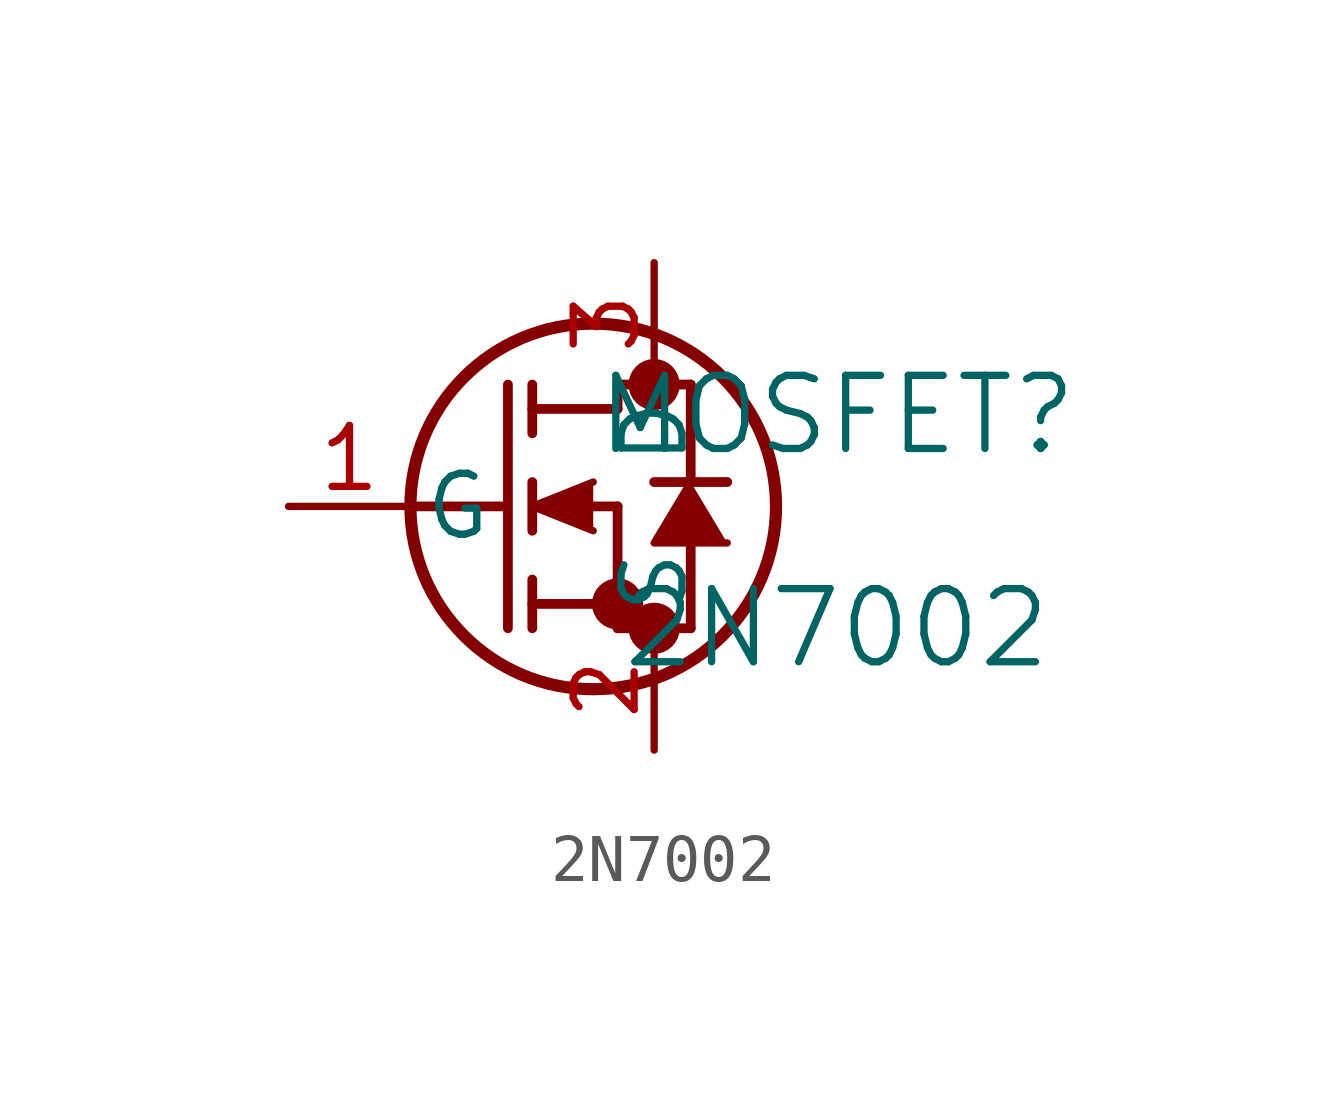
<source format=kicad_sym>
(kicad_symbol_lib
  (version 20211014)
  (generator kicad_symbol_editor)
  (symbol "2N7002"
    (pin_names
      (offset 0.254))
    (property "Reference" "MOSFET"
      (at 11.43 1.905 0)
      (effects (font (size 1.524 1.524))))
    (property "Value" "2N7002"
      (at 11.43 -2.54 0)
      (effects (font (size 1.524 1.524))))
    (symbol "2N7002_0_1"
      (circle (center 7.62 2.54) (radius 0.025) (stroke (width 0.508) (type default) (color 0 0 0 0)) (fill (type none)))
      (circle (center 7.62 -2.54) (radius 0.025) (stroke (width 0.508) (type default) (color 0 0 0 0)) (fill (type none)))
      (circle (center 6.858 -2.032) (radius 0.025) (stroke (width 0.508) (type default) (color 0 0 0 0)) (fill (type none)))
      (circle (center 6.35 0) (radius 3.81) (stroke (width 0.254) (type default) (color 0 0 0 0)) (fill (type none)))
      (polyline (pts (xy 2.54 0) (xy 4.445 0)) (stroke (width 0.203) (type default) (color 0 0 0 0)) (fill (type none)))
      (polyline (pts (xy 4.572 -2.54) (xy 4.572 2.54)) (stroke (width 0.203) (type default) (color 0 0 0 0)) (fill (type none)))
      (polyline (pts (xy 5.08 -0.508) (xy 5.08 0.508)) (stroke (width 0.203) (type default) (color 0 0 0 0)) (fill (type none)))
      (polyline (pts (xy 5.08 -2.54) (xy 5.08 -1.524)) (stroke (width 0.203) (type default) (color 0 0 0 0)) (fill (type none)))
      (polyline (pts (xy 5.08 1.524) (xy 5.08 2.54)) (stroke (width 0.203) (type default) (color 0 0 0 0)) (fill (type none)))
      (polyline (pts (xy 6.35 0) (xy 6.858 0)) (stroke (width 0.203) (type default) (color 0 0 0 0)) (fill (type none)))
      (polyline (pts (xy 5.08 -2.032) (xy 6.858 -2.032)) (stroke (width 0.203) (type default) (color 0 0 0 0)) (fill (type none)))
      (polyline (pts (xy 6.858 -2.54) (xy 6.858 0)) (stroke (width 0.203) (type default) (color 0 0 0 0)) (fill (type none)))
      (polyline (pts (xy 6.858 -2.54) (xy 8.382 -2.54)) (stroke (width 0.203) (type default) (color 0 0 0 0)) (fill (type none)))
      (polyline (pts (xy 5.08 2.032) (xy 6.858 2.032)) (stroke (width 0.203) (type default) (color 0 0 0 0)) (fill (type none)))
      (polyline (pts (xy 8.382 0.508) (xy 8.382 2.54)) (stroke (width 0.203) (type default) (color 0 0 0 0)) (fill (type none)))
      (polyline (pts (xy 6.35 0.508) (xy 5.08 0) (xy 6.35 -0.508)) (stroke (width 0) (type default) (color 0 0 0 0)) (fill (type outline)))
      (polyline (pts (xy 9.144 -0.762) (xy 7.62 -0.762) (xy 8.382 0.508)) (stroke (width 0) (type default) (color 0 0 0 0)) (fill (type outline)))
      (polyline (pts (xy 8.382 -2.54) (xy 8.382 -0.762)) (stroke (width 0.203) (type default) (color 0 0 0 0)) (fill (type none)))
      (polyline (pts (xy 9.144 0.508) (xy 7.62 0.508)) (stroke (width 0.203) (type default) (color 0 0 0 0)) (fill (type none)))
      (polyline (pts (xy 6.858 2.54) (xy 8.382 2.54)) (stroke (width 0.203) (type default) (color 0 0 0 0)) (fill (type none)))
      (polyline (pts (xy 6.858 2.032) (xy 6.858 2.54)) (stroke (width 0.203) (type default) (color 0 0 0 0)) (fill (type none)))
      (pin unspecified line (at 0 0 0) (length 2.54) (name "G" (effects (font (size 1.27 1.27)))) (number "1" (effects (font (size 1.27 1.27)))))
      (pin unspecified line (at 7.62 -5.08 90) (length 2.54) (name "S" (effects (font (size 1.27 1.27)))) (number "2" (effects (font (size 1.27 1.27)))))
      (pin unspecified line (at 7.62 5.08 270) (length 2.54) (name "D" (effects (font (size 1.27 1.27)))) (number "3" (effects (font (size 1.27 1.27))))))))
</source>
